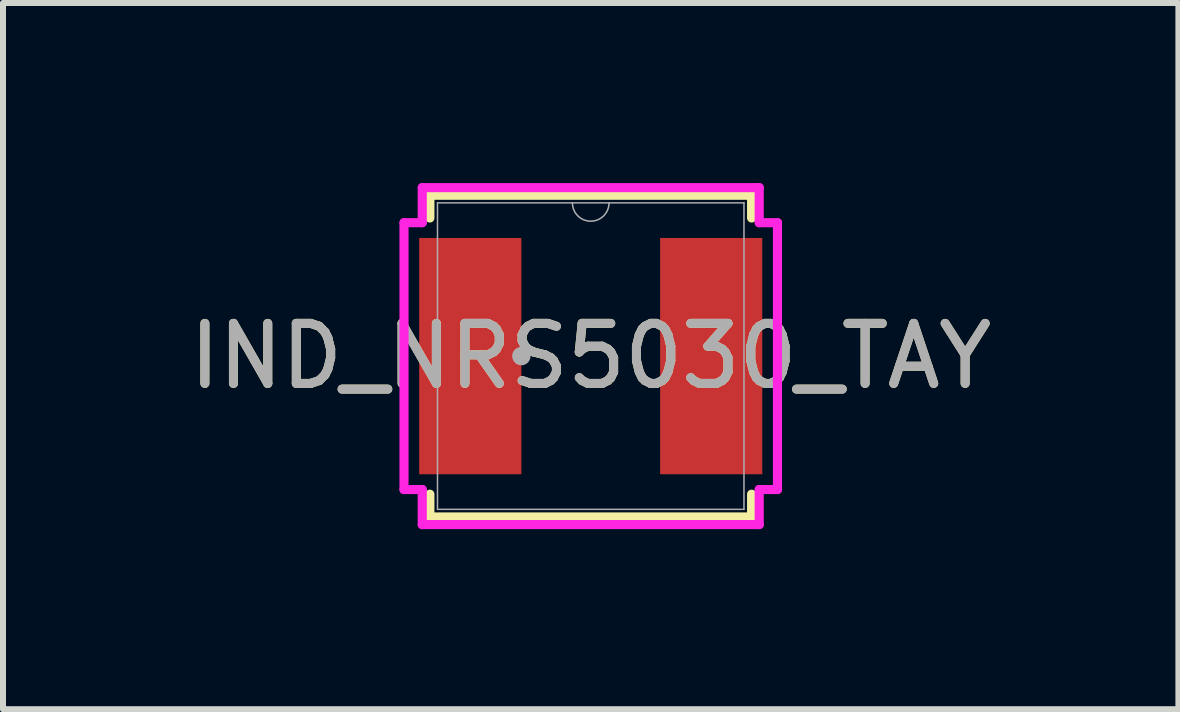
<source format=kicad_pcb>
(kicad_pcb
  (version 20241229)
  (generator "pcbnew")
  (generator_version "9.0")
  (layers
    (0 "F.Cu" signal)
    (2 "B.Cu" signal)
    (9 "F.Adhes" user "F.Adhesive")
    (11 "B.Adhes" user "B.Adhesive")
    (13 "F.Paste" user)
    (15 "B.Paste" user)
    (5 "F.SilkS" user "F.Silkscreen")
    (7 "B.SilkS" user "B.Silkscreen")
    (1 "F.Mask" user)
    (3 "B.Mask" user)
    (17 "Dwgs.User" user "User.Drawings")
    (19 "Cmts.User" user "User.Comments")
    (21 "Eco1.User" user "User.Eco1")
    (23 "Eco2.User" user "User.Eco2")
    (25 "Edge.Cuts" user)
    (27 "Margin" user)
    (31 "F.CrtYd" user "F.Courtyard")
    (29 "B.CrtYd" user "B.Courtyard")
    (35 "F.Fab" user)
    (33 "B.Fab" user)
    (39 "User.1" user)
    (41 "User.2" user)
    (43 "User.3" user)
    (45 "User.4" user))
  (footprint "IND_NRS5030_TAY"
    (layer "F.Cu")
    (at 6.792 2.883)
    (property "Reference" "IND_NRS5030_TAY" (at 0 0 0) (unlocked yes) (layer "F.SilkS") (effects (font (size 1 1) (thickness 0.15))))
    (attr smd)
    (fp_line (start -2.68 -2.68) (end -2.68 -2.301) (stroke (width 0.152) (type solid)) (layer "F.SilkS"))
    (fp_line (start -2.68 2.301) (end -2.68 2.68) (stroke (width 0.152) (type solid)) (layer "F.SilkS"))
    (fp_line (start -2.68 2.68) (end 2.68 2.68) (stroke (width 0.152) (type solid)) (layer "F.SilkS"))
    (fp_line (start 2.68 -2.68) (end -2.68 -2.68) (stroke (width 0.152) (type solid)) (layer "F.SilkS"))
    (fp_line (start 2.68 -2.301) (end 2.68 -2.68) (stroke (width 0.152) (type solid)) (layer "F.SilkS"))
    (fp_line (start 2.68 2.68) (end 2.68 2.301) (stroke (width 0.152) (type solid)) (layer "F.SilkS"))
    (fp_line (start -3.111 -2.223) (end -2.807 -2.223) (stroke (width 0.152) (type solid)) (layer "F.CrtYd"))
    (fp_line (start -3.111 2.223) (end -3.111 -2.223) (stroke (width 0.152) (type solid)) (layer "F.CrtYd"))
    (fp_line (start -3.111 2.223) (end -2.807 2.223) (stroke (width 0.152) (type solid)) (layer "F.CrtYd"))
    (fp_line (start -2.807 -2.807) (end 2.807 -2.807) (stroke (width 0.152) (type solid)) (layer "F.CrtYd"))
    (fp_line (start -2.807 -2.223) (end -2.807 -2.807) (stroke (width 0.152) (type solid)) (layer "F.CrtYd"))
    (fp_line (start -2.807 2.807) (end -2.807 2.223) (stroke (width 0.152) (type solid)) (layer "F.CrtYd"))
    (fp_line (start 2.807 -2.807) (end 2.807 -2.223) (stroke (width 0.152) (type solid)) (layer "F.CrtYd"))
    (fp_line (start 2.807 2.223) (end 2.807 2.807) (stroke (width 0.152) (type solid)) (layer "F.CrtYd"))
    (fp_line (start 2.807 2.807) (end -2.807 2.807) (stroke (width 0.152) (type solid)) (layer "F.CrtYd"))
    (fp_line (start 3.111 -2.223) (end 2.807 -2.223) (stroke (width 0.152) (type solid)) (layer "F.CrtYd"))
    (fp_line (start 3.111 -2.223) (end 3.111 2.223) (stroke (width 0.152) (type solid)) (layer "F.CrtYd"))
    (fp_line (start 3.111 2.223) (end 2.807 2.223) (stroke (width 0.152) (type solid)) (layer "F.CrtYd"))
    (fp_line (start -2.553 -2.553) (end -2.553 2.553) (stroke (width 0.025) (type solid)) (layer "F.Fab"))
    (fp_line (start -2.553 2.553) (end 2.553 2.553) (stroke (width 0.025) (type solid)) (layer "F.Fab"))
    (fp_line (start 2.553 -2.553) (end -2.553 -2.553) (stroke (width 0.025) (type solid)) (layer "F.Fab"))
    (fp_line (start 2.553 2.553) (end 2.553 -2.553) (stroke (width 0.025) (type solid)) (layer "F.Fab"))
    (fp_arc (start 0.3048 -2.5527) (mid 0 -2.2479) (end -0.3048 -2.5527) (stroke (width 0.0254) (type solid)) (layer "F.Fab"))
    (fp_circle (center -1.156 0) (end -1.079 0) (stroke (width 0.152) (type solid)) (fill no) (layer "F.Fab"))
    (fp_text user "${REFERENCE}" (at 0 0 0) (unlocked yes) (layer "F.Fab") (effects (font (size 1 1) (thickness 0.15))))
    (pad "1" smd rect (at -2.007 0) (size 1.702 3.937) (layers "F.Cu" "F.Mask" "F.Paste"))
    (pad "2" smd rect (at 2.007 0) (size 1.702 3.937) (layers "F.Cu" "F.Mask" "F.Paste")))
  (gr_rect
    (start -3 -3)
    (end 16.583 8.766)
    (stroke (width 0.1) (type default))
    (fill no)
    (layer "Edge.Cuts")))
</source>
